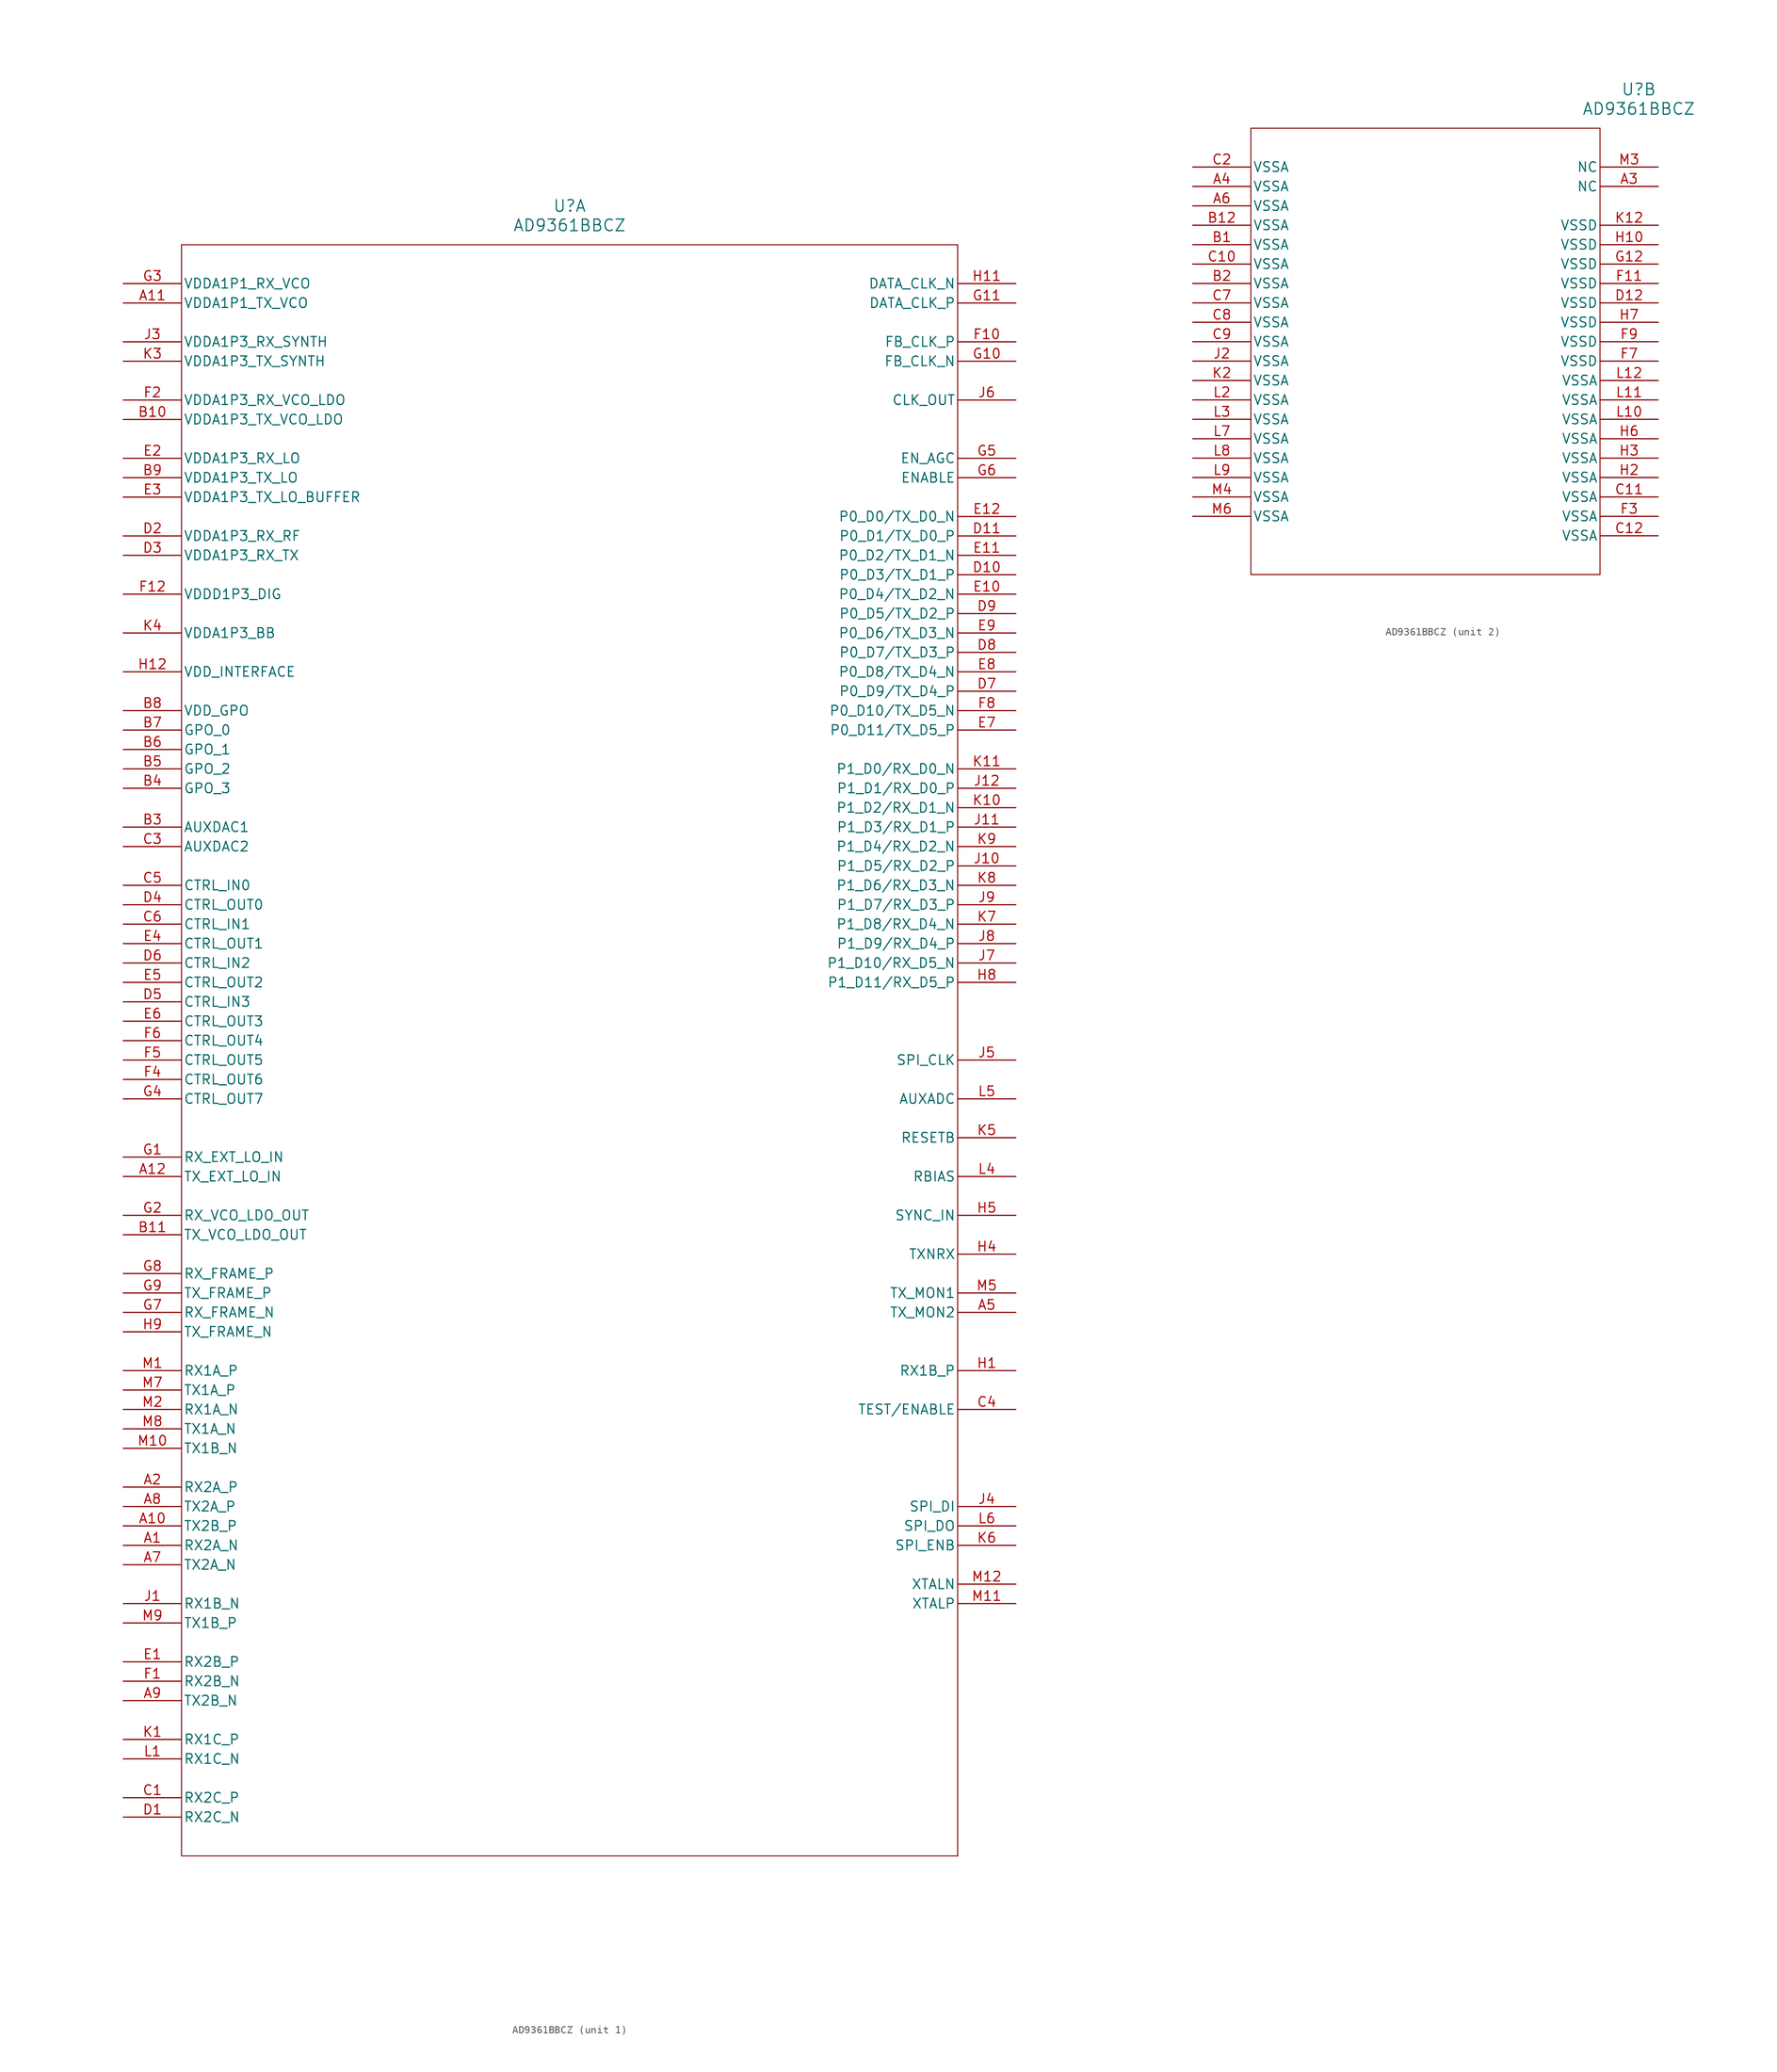
<source format=kicad_sym>
(kicad_symbol_lib
  (version 20231120)
  (generator "kicad_symbol_editor")
  (generator_version "8.0")
  (symbol "AD9361BBCZ"
    (pin_names
      (offset 0.254))
    (property "Reference" "U"
      (at 58.42 10.16 0)
      (effects (font (size 1.524 1.524))))
    (property "Value" "AD9361BBCZ"
      (at 58.42 7.62 0)
      (effects (font (size 1.524 1.524))))
    (property "ki_locked" ""
      (at 0 0 0)
      (effects (font (size 1.27 1.27))))
    (symbol "AD9361BBCZ_1_1"
      (polyline (pts (xy 7.62 -205.74) (xy 109.22 -205.74)) (stroke (width 0.127) (type default)) (fill (type none)))
      (polyline (pts (xy 7.62 5.08) (xy 7.62 -205.74)) (stroke (width 0.127) (type default)) (fill (type none)))
      (polyline (pts (xy 109.22 -205.74) (xy 109.22 5.08)) (stroke (width 0.127) (type default)) (fill (type none)))
      (polyline (pts (xy 109.22 5.08) (xy 7.62 5.08)) (stroke (width 0.127) (type default)) (fill (type none)))
      (pin unspecified line (at 0 -165.1 0) (length 7.62) (name "RX2A_N" (effects (font (size 1.27 1.27)))) (number "A1" (effects (font (size 1.27 1.27)))))
      (pin unspecified line (at 0 -162.56 0) (length 7.62) (name "TX2B_P" (effects (font (size 1.27 1.27)))) (number "A10" (effects (font (size 1.27 1.27)))))
      (pin unspecified line (at 0 -2.54 0) (length 7.62) (name "VDDA1P1_TX_VCO" (effects (font (size 1.27 1.27)))) (number "A11" (effects (font (size 1.27 1.27)))))
      (pin unspecified line (at 0 -116.84 0) (length 7.62) (name "TX_EXT_LO_IN" (effects (font (size 1.27 1.27)))) (number "A12" (effects (font (size 1.27 1.27)))))
      (pin unspecified line (at 0 -157.48 0) (length 7.62) (name "RX2A_P" (effects (font (size 1.27 1.27)))) (number "A2" (effects (font (size 1.27 1.27)))))
      (pin unspecified line (at 116.84 -134.62 180) (length 7.62) (name "TX_MON2" (effects (font (size 1.27 1.27)))) (number "A5" (effects (font (size 1.27 1.27)))))
      (pin unspecified line (at 0 -167.64 0) (length 7.62) (name "TX2A_N" (effects (font (size 1.27 1.27)))) (number "A7" (effects (font (size 1.27 1.27)))))
      (pin unspecified line (at 0 -160.02 0) (length 7.62) (name "TX2A_P" (effects (font (size 1.27 1.27)))) (number "A8" (effects (font (size 1.27 1.27)))))
      (pin unspecified line (at 0 -185.42 0) (length 7.62) (name "TX2B_N" (effects (font (size 1.27 1.27)))) (number "A9" (effects (font (size 1.27 1.27)))))
      (pin unspecified line (at 0 -17.78 0) (length 7.62) (name "VDDA1P3_TX_VCO_LDO" (effects (font (size 1.27 1.27)))) (number "B10" (effects (font (size 1.27 1.27)))))
      (pin unspecified line (at 0 -124.46 0) (length 7.62) (name "TX_VCO_LDO_OUT" (effects (font (size 1.27 1.27)))) (number "B11" (effects (font (size 1.27 1.27)))))
      (pin unspecified line (at 0 -71.12 0) (length 7.62) (name "AUXDAC1" (effects (font (size 1.27 1.27)))) (number "B3" (effects (font (size 1.27 1.27)))))
      (pin unspecified line (at 0 -66.04 0) (length 7.62) (name "GPO_3" (effects (font (size 1.27 1.27)))) (number "B4" (effects (font (size 1.27 1.27)))))
      (pin unspecified line (at 0 -63.5 0) (length 7.62) (name "GPO_2" (effects (font (size 1.27 1.27)))) (number "B5" (effects (font (size 1.27 1.27)))))
      (pin unspecified line (at 0 -60.96 0) (length 7.62) (name "GPO_1" (effects (font (size 1.27 1.27)))) (number "B6" (effects (font (size 1.27 1.27)))))
      (pin unspecified line (at 0 -58.42 0) (length 7.62) (name "GPO_0" (effects (font (size 1.27 1.27)))) (number "B7" (effects (font (size 1.27 1.27)))))
      (pin unspecified line (at 0 -55.88 0) (length 7.62) (name "VDD_GPO" (effects (font (size 1.27 1.27)))) (number "B8" (effects (font (size 1.27 1.27)))))
      (pin unspecified line (at 0 -25.4 0) (length 7.62) (name "VDDA1P3_TX_LO" (effects (font (size 1.27 1.27)))) (number "B9" (effects (font (size 1.27 1.27)))))
      (pin unspecified line (at 0 -198.12 0) (length 7.62) (name "RX2C_P" (effects (font (size 1.27 1.27)))) (number "C1" (effects (font (size 1.27 1.27)))))
      (pin unspecified line (at 0 -73.66 0) (length 7.62) (name "AUXDAC2" (effects (font (size 1.27 1.27)))) (number "C3" (effects (font (size 1.27 1.27)))))
      (pin unspecified line (at 116.84 -147.32 180) (length 7.62) (name "TEST/ENABLE" (effects (font (size 1.27 1.27)))) (number "C4" (effects (font (size 1.27 1.27)))))
      (pin unspecified line (at 0 -78.74 0) (length 7.62) (name "CTRL_IN0" (effects (font (size 1.27 1.27)))) (number "C5" (effects (font (size 1.27 1.27)))))
      (pin unspecified line (at 0 -83.82 0) (length 7.62) (name "CTRL_IN1" (effects (font (size 1.27 1.27)))) (number "C6" (effects (font (size 1.27 1.27)))))
      (pin unspecified line (at 0 -200.66 0) (length 7.62) (name "RX2C_N" (effects (font (size 1.27 1.27)))) (number "D1" (effects (font (size 1.27 1.27)))))
      (pin unspecified line (at 116.84 -38.1 180) (length 7.62) (name "P0_D3/TX_D1_P" (effects (font (size 1.27 1.27)))) (number "D10" (effects (font (size 1.27 1.27)))))
      (pin unspecified line (at 116.84 -33.02 180) (length 7.62) (name "P0_D1/TX_D0_P" (effects (font (size 1.27 1.27)))) (number "D11" (effects (font (size 1.27 1.27)))))
      (pin unspecified line (at 0 -33.02 0) (length 7.62) (name "VDDA1P3_RX_RF" (effects (font (size 1.27 1.27)))) (number "D2" (effects (font (size 1.27 1.27)))))
      (pin unspecified line (at 0 -35.56 0) (length 7.62) (name "VDDA1P3_RX_TX" (effects (font (size 1.27 1.27)))) (number "D3" (effects (font (size 1.27 1.27)))))
      (pin unspecified line (at 0 -81.28 0) (length 7.62) (name "CTRL_OUT0" (effects (font (size 1.27 1.27)))) (number "D4" (effects (font (size 1.27 1.27)))))
      (pin unspecified line (at 0 -93.98 0) (length 7.62) (name "CTRL_IN3" (effects (font (size 1.27 1.27)))) (number "D5" (effects (font (size 1.27 1.27)))))
      (pin unspecified line (at 0 -88.9 0) (length 7.62) (name "CTRL_IN2" (effects (font (size 1.27 1.27)))) (number "D6" (effects (font (size 1.27 1.27)))))
      (pin unspecified line (at 116.84 -53.34 180) (length 7.62) (name "P0_D9/TX_D4_P" (effects (font (size 1.27 1.27)))) (number "D7" (effects (font (size 1.27 1.27)))))
      (pin unspecified line (at 116.84 -48.26 180) (length 7.62) (name "P0_D7/TX_D3_P" (effects (font (size 1.27 1.27)))) (number "D8" (effects (font (size 1.27 1.27)))))
      (pin unspecified line (at 116.84 -43.18 180) (length 7.62) (name "P0_D5/TX_D2_P" (effects (font (size 1.27 1.27)))) (number "D9" (effects (font (size 1.27 1.27)))))
      (pin unspecified line (at 0 -180.34 0) (length 7.62) (name "RX2B_P" (effects (font (size 1.27 1.27)))) (number "E1" (effects (font (size 1.27 1.27)))))
      (pin unspecified line (at 116.84 -40.64 180) (length 7.62) (name "P0_D4/TX_D2_N" (effects (font (size 1.27 1.27)))) (number "E10" (effects (font (size 1.27 1.27)))))
      (pin unspecified line (at 116.84 -35.56 180) (length 7.62) (name "P0_D2/TX_D1_N" (effects (font (size 1.27 1.27)))) (number "E11" (effects (font (size 1.27 1.27)))))
      (pin unspecified line (at 116.84 -30.48 180) (length 7.62) (name "P0_D0/TX_D0_N" (effects (font (size 1.27 1.27)))) (number "E12" (effects (font (size 1.27 1.27)))))
      (pin unspecified line (at 0 -22.86 0) (length 7.62) (name "VDDA1P3_RX_LO" (effects (font (size 1.27 1.27)))) (number "E2" (effects (font (size 1.27 1.27)))))
      (pin unspecified line (at 0 -27.94 0) (length 7.62) (name "VDDA1P3_TX_LO_BUFFER" (effects (font (size 1.27 1.27)))) (number "E3" (effects (font (size 1.27 1.27)))))
      (pin unspecified line (at 0 -86.36 0) (length 7.62) (name "CTRL_OUT1" (effects (font (size 1.27 1.27)))) (number "E4" (effects (font (size 1.27 1.27)))))
      (pin unspecified line (at 0 -91.44 0) (length 7.62) (name "CTRL_OUT2" (effects (font (size 1.27 1.27)))) (number "E5" (effects (font (size 1.27 1.27)))))
      (pin unspecified line (at 0 -96.52 0) (length 7.62) (name "CTRL_OUT3" (effects (font (size 1.27 1.27)))) (number "E6" (effects (font (size 1.27 1.27)))))
      (pin unspecified line (at 116.84 -58.42 180) (length 7.62) (name "P0_D11/TX_D5_P" (effects (font (size 1.27 1.27)))) (number "E7" (effects (font (size 1.27 1.27)))))
      (pin unspecified line (at 116.84 -50.8 180) (length 7.62) (name "P0_D8/TX_D4_N" (effects (font (size 1.27 1.27)))) (number "E8" (effects (font (size 1.27 1.27)))))
      (pin unspecified line (at 116.84 -45.72 180) (length 7.62) (name "P0_D6/TX_D3_N" (effects (font (size 1.27 1.27)))) (number "E9" (effects (font (size 1.27 1.27)))))
      (pin unspecified line (at 0 -182.88 0) (length 7.62) (name "RX2B_N" (effects (font (size 1.27 1.27)))) (number "F1" (effects (font (size 1.27 1.27)))))
      (pin unspecified line (at 116.84 -7.62 180) (length 7.62) (name "FB_CLK_P" (effects (font (size 1.27 1.27)))) (number "F10" (effects (font (size 1.27 1.27)))))
      (pin unspecified line (at 0 -40.64 0) (length 7.62) (name "VDDD1P3_DIG" (effects (font (size 1.27 1.27)))) (number "F12" (effects (font (size 1.27 1.27)))))
      (pin unspecified line (at 0 -15.24 0) (length 7.62) (name "VDDA1P3_RX_VCO_LDO" (effects (font (size 1.27 1.27)))) (number "F2" (effects (font (size 1.27 1.27)))))
      (pin unspecified line (at 0 -104.14 0) (length 7.62) (name "CTRL_OUT6" (effects (font (size 1.27 1.27)))) (number "F4" (effects (font (size 1.27 1.27)))))
      (pin unspecified line (at 0 -101.6 0) (length 7.62) (name "CTRL_OUT5" (effects (font (size 1.27 1.27)))) (number "F5" (effects (font (size 1.27 1.27)))))
      (pin unspecified line (at 0 -99.06 0) (length 7.62) (name "CTRL_OUT4" (effects (font (size 1.27 1.27)))) (number "F6" (effects (font (size 1.27 1.27)))))
      (pin unspecified line (at 116.84 -55.88 180) (length 7.62) (name "P0_D10/TX_D5_N" (effects (font (size 1.27 1.27)))) (number "F8" (effects (font (size 1.27 1.27)))))
      (pin unspecified line (at 0 -114.3 0) (length 7.62) (name "RX_EXT_LO_IN" (effects (font (size 1.27 1.27)))) (number "G1" (effects (font (size 1.27 1.27)))))
      (pin unspecified line (at 116.84 -10.16 180) (length 7.62) (name "FB_CLK_N" (effects (font (size 1.27 1.27)))) (number "G10" (effects (font (size 1.27 1.27)))))
      (pin unspecified line (at 116.84 -2.54 180) (length 7.62) (name "DATA_CLK_P" (effects (font (size 1.27 1.27)))) (number "G11" (effects (font (size 1.27 1.27)))))
      (pin unspecified line (at 0 -121.92 0) (length 7.62) (name "RX_VCO_LDO_OUT" (effects (font (size 1.27 1.27)))) (number "G2" (effects (font (size 1.27 1.27)))))
      (pin unspecified line (at 0 0 0) (length 7.62) (name "VDDA1P1_RX_VCO" (effects (font (size 1.27 1.27)))) (number "G3" (effects (font (size 1.27 1.27)))))
      (pin unspecified line (at 0 -106.68 0) (length 7.62) (name "CTRL_OUT7" (effects (font (size 1.27 1.27)))) (number "G4" (effects (font (size 1.27 1.27)))))
      (pin unspecified line (at 116.84 -22.86 180) (length 7.62) (name "EN_AGC" (effects (font (size 1.27 1.27)))) (number "G5" (effects (font (size 1.27 1.27)))))
      (pin unspecified line (at 116.84 -25.4 180) (length 7.62) (name "ENABLE" (effects (font (size 1.27 1.27)))) (number "G6" (effects (font (size 1.27 1.27)))))
      (pin unspecified line (at 0 -134.62 0) (length 7.62) (name "RX_FRAME_N" (effects (font (size 1.27 1.27)))) (number "G7" (effects (font (size 1.27 1.27)))))
      (pin unspecified line (at 0 -129.54 0) (length 7.62) (name "RX_FRAME_P" (effects (font (size 1.27 1.27)))) (number "G8" (effects (font (size 1.27 1.27)))))
      (pin unspecified line (at 0 -132.08 0) (length 7.62) (name "TX_FRAME_P" (effects (font (size 1.27 1.27)))) (number "G9" (effects (font (size 1.27 1.27)))))
      (pin unspecified line (at 116.84 -142.24 180) (length 7.62) (name "RX1B_P" (effects (font (size 1.27 1.27)))) (number "H1" (effects (font (size 1.27 1.27)))))
      (pin unspecified line (at 116.84 0 180) (length 7.62) (name "DATA_CLK_N" (effects (font (size 1.27 1.27)))) (number "H11" (effects (font (size 1.27 1.27)))))
      (pin unspecified line (at 0 -50.8 0) (length 7.62) (name "VDD_INTERFACE" (effects (font (size 1.27 1.27)))) (number "H12" (effects (font (size 1.27 1.27)))))
      (pin unspecified line (at 116.84 -127 180) (length 7.62) (name "TXNRX" (effects (font (size 1.27 1.27)))) (number "H4" (effects (font (size 1.27 1.27)))))
      (pin unspecified line (at 116.84 -121.92 180) (length 7.62) (name "SYNC_IN" (effects (font (size 1.27 1.27)))) (number "H5" (effects (font (size 1.27 1.27)))))
      (pin unspecified line (at 116.84 -91.44 180) (length 7.62) (name "P1_D11/RX_D5_P" (effects (font (size 1.27 1.27)))) (number "H8" (effects (font (size 1.27 1.27)))))
      (pin unspecified line (at 0 -137.16 0) (length 7.62) (name "TX_FRAME_N" (effects (font (size 1.27 1.27)))) (number "H9" (effects (font (size 1.27 1.27)))))
      (pin unspecified line (at 0 -172.72 0) (length 7.62) (name "RX1B_N" (effects (font (size 1.27 1.27)))) (number "J1" (effects (font (size 1.27 1.27)))))
      (pin unspecified line (at 116.84 -76.2 180) (length 7.62) (name "P1_D5/RX_D2_P" (effects (font (size 1.27 1.27)))) (number "J10" (effects (font (size 1.27 1.27)))))
      (pin unspecified line (at 116.84 -71.12 180) (length 7.62) (name "P1_D3/RX_D1_P" (effects (font (size 1.27 1.27)))) (number "J11" (effects (font (size 1.27 1.27)))))
      (pin unspecified line (at 116.84 -66.04 180) (length 7.62) (name "P1_D1/RX_D0_P" (effects (font (size 1.27 1.27)))) (number "J12" (effects (font (size 1.27 1.27)))))
      (pin unspecified line (at 0 -7.62 0) (length 7.62) (name "VDDA1P3_RX_SYNTH" (effects (font (size 1.27 1.27)))) (number "J3" (effects (font (size 1.27 1.27)))))
      (pin unspecified line (at 116.84 -160.02 180) (length 7.62) (name "SPI_DI" (effects (font (size 1.27 1.27)))) (number "J4" (effects (font (size 1.27 1.27)))))
      (pin unspecified line (at 116.84 -101.6 180) (length 7.62) (name "SPI_CLK" (effects (font (size 1.27 1.27)))) (number "J5" (effects (font (size 1.27 1.27)))))
      (pin unspecified line (at 116.84 -15.24 180) (length 7.62) (name "CLK_OUT" (effects (font (size 1.27 1.27)))) (number "J6" (effects (font (size 1.27 1.27)))))
      (pin unspecified line (at 116.84 -88.9 180) (length 7.62) (name "P1_D10/RX_D5_N" (effects (font (size 1.27 1.27)))) (number "J7" (effects (font (size 1.27 1.27)))))
      (pin unspecified line (at 116.84 -86.36 180) (length 7.62) (name "P1_D9/RX_D4_P" (effects (font (size 1.27 1.27)))) (number "J8" (effects (font (size 1.27 1.27)))))
      (pin unspecified line (at 116.84 -81.28 180) (length 7.62) (name "P1_D7/RX_D3_P" (effects (font (size 1.27 1.27)))) (number "J9" (effects (font (size 1.27 1.27)))))
      (pin unspecified line (at 0 -190.5 0) (length 7.62) (name "RX1C_P" (effects (font (size 1.27 1.27)))) (number "K1" (effects (font (size 1.27 1.27)))))
      (pin unspecified line (at 116.84 -68.58 180) (length 7.62) (name "P1_D2/RX_D1_N" (effects (font (size 1.27 1.27)))) (number "K10" (effects (font (size 1.27 1.27)))))
      (pin unspecified line (at 116.84 -63.5 180) (length 7.62) (name "P1_D0/RX_D0_N" (effects (font (size 1.27 1.27)))) (number "K11" (effects (font (size 1.27 1.27)))))
      (pin unspecified line (at 0 -10.16 0) (length 7.62) (name "VDDA1P3_TX_SYNTH" (effects (font (size 1.27 1.27)))) (number "K3" (effects (font (size 1.27 1.27)))))
      (pin unspecified line (at 0 -45.72 0) (length 7.62) (name "VDDA1P3_BB" (effects (font (size 1.27 1.27)))) (number "K4" (effects (font (size 1.27 1.27)))))
      (pin unspecified line (at 116.84 -111.76 180) (length 7.62) (name "RESETB" (effects (font (size 1.27 1.27)))) (number "K5" (effects (font (size 1.27 1.27)))))
      (pin unspecified line (at 116.84 -165.1 180) (length 7.62) (name "SPI_ENB" (effects (font (size 1.27 1.27)))) (number "K6" (effects (font (size 1.27 1.27)))))
      (pin unspecified line (at 116.84 -83.82 180) (length 7.62) (name "P1_D8/RX_D4_N" (effects (font (size 1.27 1.27)))) (number "K7" (effects (font (size 1.27 1.27)))))
      (pin unspecified line (at 116.84 -78.74 180) (length 7.62) (name "P1_D6/RX_D3_N" (effects (font (size 1.27 1.27)))) (number "K8" (effects (font (size 1.27 1.27)))))
      (pin unspecified line (at 116.84 -73.66 180) (length 7.62) (name "P1_D4/RX_D2_N" (effects (font (size 1.27 1.27)))) (number "K9" (effects (font (size 1.27 1.27)))))
      (pin unspecified line (at 0 -193.04 0) (length 7.62) (name "RX1C_N" (effects (font (size 1.27 1.27)))) (number "L1" (effects (font (size 1.27 1.27)))))
      (pin unspecified line (at 116.84 -116.84 180) (length 7.62) (name "RBIAS" (effects (font (size 1.27 1.27)))) (number "L4" (effects (font (size 1.27 1.27)))))
      (pin unspecified line (at 116.84 -106.68 180) (length 7.62) (name "AUXADC" (effects (font (size 1.27 1.27)))) (number "L5" (effects (font (size 1.27 1.27)))))
      (pin unspecified line (at 116.84 -162.56 180) (length 7.62) (name "SPI_DO" (effects (font (size 1.27 1.27)))) (number "L6" (effects (font (size 1.27 1.27)))))
      (pin unspecified line (at 0 -142.24 0) (length 7.62) (name "RX1A_P" (effects (font (size 1.27 1.27)))) (number "M1" (effects (font (size 1.27 1.27)))))
      (pin unspecified line (at 0 -152.4 0) (length 7.62) (name "TX1B_N" (effects (font (size 1.27 1.27)))) (number "M10" (effects (font (size 1.27 1.27)))))
      (pin unspecified line (at 116.84 -172.72 180) (length 7.62) (name "XTALP" (effects (font (size 1.27 1.27)))) (number "M11" (effects (font (size 1.27 1.27)))))
      (pin unspecified line (at 116.84 -170.18 180) (length 7.62) (name "XTALN" (effects (font (size 1.27 1.27)))) (number "M12" (effects (font (size 1.27 1.27)))))
      (pin unspecified line (at 0 -147.32 0) (length 7.62) (name "RX1A_N" (effects (font (size 1.27 1.27)))) (number "M2" (effects (font (size 1.27 1.27)))))
      (pin unspecified line (at 116.84 -132.08 180) (length 7.62) (name "TX_MON1" (effects (font (size 1.27 1.27)))) (number "M5" (effects (font (size 1.27 1.27)))))
      (pin unspecified line (at 0 -144.78 0) (length 7.62) (name "TX1A_P" (effects (font (size 1.27 1.27)))) (number "M7" (effects (font (size 1.27 1.27)))))
      (pin unspecified line (at 0 -149.86 0) (length 7.62) (name "TX1A_N" (effects (font (size 1.27 1.27)))) (number "M8" (effects (font (size 1.27 1.27)))))
      (pin unspecified line (at 0 -175.26 0) (length 7.62) (name "TX1B_P" (effects (font (size 1.27 1.27)))) (number "M9" (effects (font (size 1.27 1.27))))))
    (symbol "AD9361BBCZ_2_1"
      (polyline (pts (xy 7.62 -53.34) (xy 53.34 -53.34)) (stroke (width 0.127) (type default)) (fill (type none)))
      (polyline (pts (xy 7.62 5.08) (xy 7.62 -53.34)) (stroke (width 0.127) (type default)) (fill (type none)))
      (polyline (pts (xy 53.34 -53.34) (xy 53.34 5.08)) (stroke (width 0.127) (type default)) (fill (type none)))
      (polyline (pts (xy 53.34 5.08) (xy 7.62 5.08)) (stroke (width 0.127) (type default)) (fill (type none)))
      (pin unspecified line (at 60.96 -2.54 180) (length 7.62) (name "NC" (effects (font (size 1.27 1.27)))) (number "A3" (effects (font (size 1.27 1.27)))))
      (pin unspecified line (at 0 -2.54 0) (length 7.62) (name "VSSA" (effects (font (size 1.27 1.27)))) (number "A4" (effects (font (size 1.27 1.27)))))
      (pin unspecified line (at 0 -5.08 0) (length 7.62) (name "VSSA" (effects (font (size 1.27 1.27)))) (number "A6" (effects (font (size 1.27 1.27)))))
      (pin unspecified line (at 0 -10.16 0) (length 7.62) (name "VSSA" (effects (font (size 1.27 1.27)))) (number "B1" (effects (font (size 1.27 1.27)))))
      (pin unspecified line (at 0 -7.62 0) (length 7.62) (name "VSSA" (effects (font (size 1.27 1.27)))) (number "B12" (effects (font (size 1.27 1.27)))))
      (pin unspecified line (at 0 -15.24 0) (length 7.62) (name "VSSA" (effects (font (size 1.27 1.27)))) (number "B2" (effects (font (size 1.27 1.27)))))
      (pin unspecified line (at 0 -12.7 0) (length 7.62) (name "VSSA" (effects (font (size 1.27 1.27)))) (number "C10" (effects (font (size 1.27 1.27)))))
      (pin unspecified line (at 60.96 -43.18 180) (length 7.62) (name "VSSA" (effects (font (size 1.27 1.27)))) (number "C11" (effects (font (size 1.27 1.27)))))
      (pin unspecified line (at 60.96 -48.26 180) (length 7.62) (name "VSSA" (effects (font (size 1.27 1.27)))) (number "C12" (effects (font (size 1.27 1.27)))))
      (pin unspecified line (at 0 0 0) (length 7.62) (name "VSSA" (effects (font (size 1.27 1.27)))) (number "C2" (effects (font (size 1.27 1.27)))))
      (pin unspecified line (at 0 -17.78 0) (length 7.62) (name "VSSA" (effects (font (size 1.27 1.27)))) (number "C7" (effects (font (size 1.27 1.27)))))
      (pin unspecified line (at 0 -20.32 0) (length 7.62) (name "VSSA" (effects (font (size 1.27 1.27)))) (number "C8" (effects (font (size 1.27 1.27)))))
      (pin unspecified line (at 0 -22.86 0) (length 7.62) (name "VSSA" (effects (font (size 1.27 1.27)))) (number "C9" (effects (font (size 1.27 1.27)))))
      (pin unspecified line (at 60.96 -17.78 180) (length 7.62) (name "VSSD" (effects (font (size 1.27 1.27)))) (number "D12" (effects (font (size 1.27 1.27)))))
      (pin unspecified line (at 60.96 -15.24 180) (length 7.62) (name "VSSD" (effects (font (size 1.27 1.27)))) (number "F11" (effects (font (size 1.27 1.27)))))
      (pin unspecified line (at 60.96 -45.72 180) (length 7.62) (name "VSSA" (effects (font (size 1.27 1.27)))) (number "F3" (effects (font (size 1.27 1.27)))))
      (pin unspecified line (at 60.96 -25.4 180) (length 7.62) (name "VSSD" (effects (font (size 1.27 1.27)))) (number "F7" (effects (font (size 1.27 1.27)))))
      (pin unspecified line (at 60.96 -22.86 180) (length 7.62) (name "VSSD" (effects (font (size 1.27 1.27)))) (number "F9" (effects (font (size 1.27 1.27)))))
      (pin unspecified line (at 60.96 -12.7 180) (length 7.62) (name "VSSD" (effects (font (size 1.27 1.27)))) (number "G12" (effects (font (size 1.27 1.27)))))
      (pin unspecified line (at 60.96 -10.16 180) (length 7.62) (name "VSSD" (effects (font (size 1.27 1.27)))) (number "H10" (effects (font (size 1.27 1.27)))))
      (pin unspecified line (at 60.96 -40.64 180) (length 7.62) (name "VSSA" (effects (font (size 1.27 1.27)))) (number "H2" (effects (font (size 1.27 1.27)))))
      (pin unspecified line (at 60.96 -38.1 180) (length 7.62) (name "VSSA" (effects (font (size 1.27 1.27)))) (number "H3" (effects (font (size 1.27 1.27)))))
      (pin unspecified line (at 60.96 -35.56 180) (length 7.62) (name "VSSA" (effects (font (size 1.27 1.27)))) (number "H6" (effects (font (size 1.27 1.27)))))
      (pin unspecified line (at 60.96 -20.32 180) (length 7.62) (name "VSSD" (effects (font (size 1.27 1.27)))) (number "H7" (effects (font (size 1.27 1.27)))))
      (pin unspecified line (at 0 -25.4 0) (length 7.62) (name "VSSA" (effects (font (size 1.27 1.27)))) (number "J2" (effects (font (size 1.27 1.27)))))
      (pin unspecified line (at 60.96 -7.62 180) (length 7.62) (name "VSSD" (effects (font (size 1.27 1.27)))) (number "K12" (effects (font (size 1.27 1.27)))))
      (pin unspecified line (at 0 -27.94 0) (length 7.62) (name "VSSA" (effects (font (size 1.27 1.27)))) (number "K2" (effects (font (size 1.27 1.27)))))
      (pin unspecified line (at 60.96 -33.02 180) (length 7.62) (name "VSSA" (effects (font (size 1.27 1.27)))) (number "L10" (effects (font (size 1.27 1.27)))))
      (pin unspecified line (at 60.96 -30.48 180) (length 7.62) (name "VSSA" (effects (font (size 1.27 1.27)))) (number "L11" (effects (font (size 1.27 1.27)))))
      (pin unspecified line (at 60.96 -27.94 180) (length 7.62) (name "VSSA" (effects (font (size 1.27 1.27)))) (number "L12" (effects (font (size 1.27 1.27)))))
      (pin unspecified line (at 0 -30.48 0) (length 7.62) (name "VSSA" (effects (font (size 1.27 1.27)))) (number "L2" (effects (font (size 1.27 1.27)))))
      (pin unspecified line (at 0 -33.02 0) (length 7.62) (name "VSSA" (effects (font (size 1.27 1.27)))) (number "L3" (effects (font (size 1.27 1.27)))))
      (pin unspecified line (at 0 -35.56 0) (length 7.62) (name "VSSA" (effects (font (size 1.27 1.27)))) (number "L7" (effects (font (size 1.27 1.27)))))
      (pin unspecified line (at 0 -38.1 0) (length 7.62) (name "VSSA" (effects (font (size 1.27 1.27)))) (number "L8" (effects (font (size 1.27 1.27)))))
      (pin unspecified line (at 0 -40.64 0) (length 7.62) (name "VSSA" (effects (font (size 1.27 1.27)))) (number "L9" (effects (font (size 1.27 1.27)))))
      (pin unspecified line (at 60.96 0 180) (length 7.62) (name "NC" (effects (font (size 1.27 1.27)))) (number "M3" (effects (font (size 1.27 1.27)))))
      (pin unspecified line (at 0 -43.18 0) (length 7.62) (name "VSSA" (effects (font (size 1.27 1.27)))) (number "M4" (effects (font (size 1.27 1.27)))))
      (pin unspecified line (at 0 -45.72 0) (length 7.62) (name "VSSA" (effects (font (size 1.27 1.27)))) (number "M6" (effects (font (size 1.27 1.27))))))))
</source>
